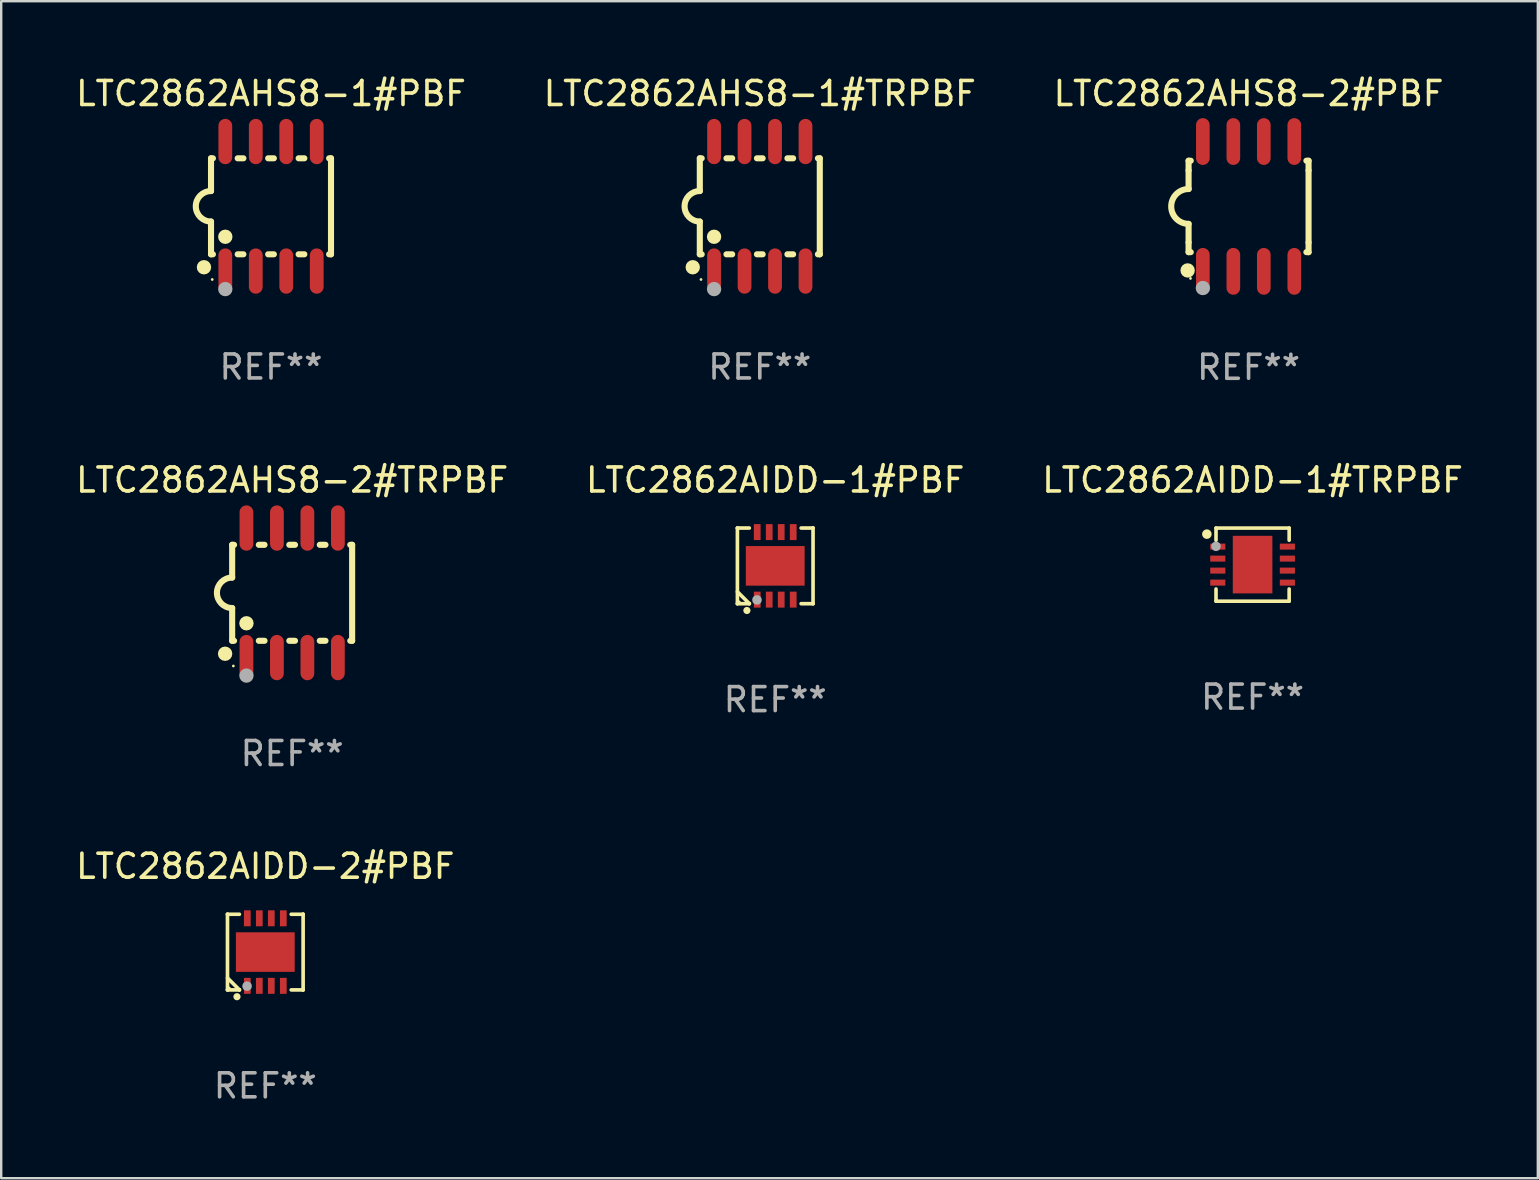
<source format=kicad_pcb>
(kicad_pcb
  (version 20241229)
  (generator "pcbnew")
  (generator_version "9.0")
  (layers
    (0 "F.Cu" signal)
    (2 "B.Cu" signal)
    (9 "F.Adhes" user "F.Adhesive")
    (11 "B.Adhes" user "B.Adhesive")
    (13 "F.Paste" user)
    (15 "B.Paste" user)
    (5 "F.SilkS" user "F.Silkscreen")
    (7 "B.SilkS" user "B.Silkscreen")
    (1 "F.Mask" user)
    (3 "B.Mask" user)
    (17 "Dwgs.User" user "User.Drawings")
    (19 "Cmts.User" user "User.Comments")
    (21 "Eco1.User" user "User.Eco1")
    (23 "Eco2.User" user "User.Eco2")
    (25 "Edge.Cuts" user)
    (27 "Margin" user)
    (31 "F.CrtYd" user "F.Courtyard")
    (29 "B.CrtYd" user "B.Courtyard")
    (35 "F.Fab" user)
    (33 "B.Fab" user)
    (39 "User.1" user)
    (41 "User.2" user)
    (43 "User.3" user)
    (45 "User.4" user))
  (footprint "LTC2862AHS8-2#PBF"
    (layer "F.Cu")
    (at 48.982 5.553)
    (property "Reference" "LTC2862AHS8-2#PBF" (at 0 -4.705 0) (layer "F.SilkS") (effects (font (size 1 1) (thickness 0.15))))
    (attr through_hole)
    (fp_line (start -2.5 -1.905) (end -2.409 -1.905) (stroke (width 0.254) (type solid)) (layer "F.SilkS"))
    (fp_line (start -2.5 -1.5) (end -2.5 -1.905) (stroke (width 0.254) (type solid)) (layer "F.SilkS"))
    (fp_line (start -2.5 -1.5) (end -2.5 -0.726) (stroke (width 0.254) (type solid)) (layer "F.SilkS"))
    (fp_line (start -2.5 1.5) (end -2.5 0.727) (stroke (width 0.254) (type solid)) (layer "F.SilkS"))
    (fp_line (start -2.5 1.5) (end -2.5 1.905) (stroke (width 0.254) (type solid)) (layer "F.SilkS"))
    (fp_line (start -2.5 1.905) (end -2.409 1.905) (stroke (width 0.254) (type solid)) (layer "F.SilkS"))
    (fp_line (start 2.5 -1.905) (end 2.409 -1.905) (stroke (width 0.254) (type solid)) (layer "F.SilkS"))
    (fp_line (start 2.5 -1.5) (end 2.5 -1.905) (stroke (width 0.254) (type solid)) (layer "F.SilkS"))
    (fp_line (start 2.5 -1.5) (end 2.5 1.5) (stroke (width 0.254) (type solid)) (layer "F.SilkS"))
    (fp_line (start 2.5 1.5) (end 2.5 1.905) (stroke (width 0.254) (type solid)) (layer "F.SilkS"))
    (fp_line (start 2.5 1.905) (end 2.409 1.905) (stroke (width 0.254) (type solid)) (layer "F.SilkS"))
    (fp_arc (start -2.5 0.726568) (mid -3.220316 -0.0023) (end -2.495097 -0.726289) (stroke (width 0.254001) (type solid)) (layer "F.SilkS"))
    (fp_circle (center -2.54 2.667) (end -2.39 2.667) (stroke (width 0.3) (type solid)) (fill no) (layer "F.SilkS"))
    (fp_circle (center -2.42 3) (end -2.39 3) (stroke (width 0.06) (type solid)) (fill no) (layer "F.SilkS"))
    (fp_circle (center -1.905 3.4) (end -1.755 3.4) (stroke (width 0.3) (type solid)) (fill no) (layer "F.Fab"))
    (fp_text user "REF**" (at 0 6.705 0) (layer "F.Fab") (effects (font (size 1 1) (thickness 0.15))))
    (pad "1" smd oval (at -1.905 2.705) (size 0.568 1.95) (layers "F.Cu" "F.Mask" "F.Paste"))
    (pad "2" smd oval (at -0.635 2.705) (size 0.568 1.95) (layers "F.Cu" "F.Mask" "F.Paste"))
    (pad "3" smd oval (at 0.635 2.705) (size 0.568 1.95) (layers "F.Cu" "F.Mask" "F.Paste"))
    (pad "4" smd oval (at 1.905 2.705) (size 0.568 1.95) (layers "F.Cu" "F.Mask" "F.Paste"))
    (pad "5" smd oval (at 1.905 -2.705) (size 0.568 1.95) (layers "F.Cu" "F.Mask" "F.Paste"))
    (pad "6" smd oval (at 0.635 -2.705) (size 0.568 1.95) (layers "F.Cu" "F.Mask" "F.Paste"))
    (pad "7" smd oval (at -0.635 -2.705) (size 0.568 1.95) (layers "F.Cu" "F.Mask" "F.Paste"))
    (pad "8" smd oval (at -1.905 -2.705) (size 0.568 1.95) (layers "F.Cu" "F.Mask" "F.Paste")))
  (footprint "LTC2862AHS8-1#PBF"
    (layer "F.Cu")
    (at 8.244 5.547)
    (property "Reference" "LTC2862AHS8-1#PBF" (at 0 -4.699 0) (layer "F.SilkS") (effects (font (size 1 1) (thickness 0.15))))
    (attr through_hole)
    (fp_line (start -2.5 -2) (end -2.5 -0.635) (stroke (width 0.254) (type solid)) (layer "F.SilkS"))
    (fp_line (start -2.5 -2) (end -2.421 -2) (stroke (width 0.254) (type solid)) (layer "F.SilkS"))
    (fp_line (start -2.5 2) (end -2.5 0.635) (stroke (width 0.254) (type solid)) (layer "F.SilkS"))
    (fp_line (start -2.5 2) (end -2.421 2) (stroke (width 0.254) (type solid)) (layer "F.SilkS"))
    (fp_line (start -1.389 -2) (end -1.151 -2) (stroke (width 0.254) (type solid)) (layer "F.SilkS"))
    (fp_line (start -1.389 2) (end -1.151 2) (stroke (width 0.254) (type solid)) (layer "F.SilkS"))
    (fp_line (start -0.119 -2) (end 0.119 -2) (stroke (width 0.254) (type solid)) (layer "F.SilkS"))
    (fp_line (start -0.119 2) (end 0.119 2) (stroke (width 0.254) (type solid)) (layer "F.SilkS"))
    (fp_line (start 1.151 -2) (end 1.389 -2) (stroke (width 0.254) (type solid)) (layer "F.SilkS"))
    (fp_line (start 1.151 2) (end 1.389 2) (stroke (width 0.254) (type solid)) (layer "F.SilkS"))
    (fp_line (start 2.421 -2) (end 2.5 -2) (stroke (width 0.254) (type solid)) (layer "F.SilkS"))
    (fp_line (start 2.421 2) (end 2.5 2) (stroke (width 0.254) (type solid)) (layer "F.SilkS"))
    (fp_line (start 2.5 -2) (end 2.5 2) (stroke (width 0.254) (type solid)) (layer "F.SilkS"))
    (fp_arc (start -2.5 0.635001) (mid -3.134366 -0.000318) (end -2.499365 -0.635001) (stroke (width 0.254001) (type solid)) (layer "F.SilkS"))
    (fp_circle (center -2.794 2.54) (end -2.644 2.54) (stroke (width 0.3) (type solid)) (fill no) (layer "F.SilkS"))
    (fp_circle (center -2.45 3.05) (end -2.42 3.05) (stroke (width 0.06) (type solid)) (fill no) (layer "F.SilkS"))
    (fp_circle (center -1.905 1.27) (end -1.755 1.27) (stroke (width 0.3) (type solid)) (fill no) (layer "F.SilkS"))
    (fp_circle (center -1.905 3.45) (end -1.755 3.45) (stroke (width 0.3) (type solid)) (fill no) (layer "F.Fab"))
    (fp_text user "REF**" (at 0 6.699 0) (layer "F.Fab") (effects (font (size 1 1) (thickness 0.15))))
    (pad "1" smd oval (at -1.905 2.699) (size 0.574 1.888) (layers "F.Cu" "F.Mask" "F.Paste"))
    (pad "2" smd oval (at -0.635 2.699) (size 0.574 1.888) (layers "F.Cu" "F.Mask" "F.Paste"))
    (pad "3" smd oval (at 0.635 2.699) (size 0.574 1.888) (layers "F.Cu" "F.Mask" "F.Paste"))
    (pad "4" smd oval (at 1.905 2.699) (size 0.574 1.888) (layers "F.Cu" "F.Mask" "F.Paste"))
    (pad "5" smd oval (at 1.905 -2.699) (size 0.574 1.888) (layers "F.Cu" "F.Mask" "F.Paste"))
    (pad "6" smd oval (at 0.635 -2.699) (size 0.574 1.888) (layers "F.Cu" "F.Mask" "F.Paste"))
    (pad "7" smd oval (at -0.635 -2.699) (size 0.574 1.888) (layers "F.Cu" "F.Mask" "F.Paste"))
    (pad "8" smd oval (at -1.905 -2.699) (size 0.574 1.888) (layers "F.Cu" "F.Mask" "F.Paste")))
  (footprint "LTC2862AIDD-2#PBF"
    (layer "F.Cu")
    (at 8.006 36.626)
    (property "Reference" "LTC2862AIDD-2#PBF" (at 0 -3.576 0) (layer "F.SilkS") (effects (font (size 1 1) (thickness 0.15))))
    (attr through_hole)
    (fp_line (start -1.576 -1.576) (end -1.576 -1.576) (stroke (width 0.152) (type solid)) (layer "F.SilkS"))
    (fp_line (start -1.576 -1.576) (end -1.08 -1.576) (stroke (width 0.152) (type solid)) (layer "F.SilkS"))
    (fp_line (start -1.576 1.576) (end -1.576 -1.576) (stroke (width 0.152) (type solid)) (layer "F.SilkS"))
    (fp_line (start -1.576 1.576) (end -1.576 1.576) (stroke (width 0.152) (type solid)) (layer "F.SilkS"))
    (fp_line (start -1.08 1.575) (end -1.576 1.079) (stroke (width 0.152) (type solid)) (layer "F.SilkS"))
    (fp_line (start -1.08 1.576) (end -1.576 1.576) (stroke (width 0.152) (type solid)) (layer "F.SilkS"))
    (fp_line (start -1.08 1.576) (end -1.08 1.575) (stroke (width 0.152) (type solid)) (layer "F.SilkS"))
    (fp_line (start 1.08 1.576) (end 1.576 1.576) (stroke (width 0.152) (type solid)) (layer "F.SilkS"))
    (fp_line (start 1.576 -1.576) (end 1.08 -1.576) (stroke (width 0.152) (type solid)) (layer "F.SilkS"))
    (fp_line (start 1.576 -1.576) (end 1.576 -1.576) (stroke (width 0.152) (type solid)) (layer "F.SilkS"))
    (fp_line (start 1.576 1.576) (end 1.576 -1.576) (stroke (width 0.152) (type solid)) (layer "F.SilkS"))
    (fp_line (start 1.576 1.576) (end 1.576 1.576) (stroke (width 0.152) (type solid)) (layer "F.SilkS"))
    (fp_circle (center -1.5 1.5) (end -1.47 1.5) (stroke (width 0.06) (type solid)) (fill no) (layer "F.SilkS"))
    (fp_circle (center -1.18 1.86) (end -1.105 1.86) (stroke (width 0.15) (type solid)) (fill no) (layer "F.SilkS"))
    (fp_circle (center -0.76 1.42) (end -0.66 1.42) (stroke (width 0.2) (type solid)) (fill no) (layer "F.Fab"))
    (fp_text user "REF**" (at 0 5.576 0) (layer "F.Fab") (effects (font (size 1 1) (thickness 0.15))))
    (pad "1" smd rect (at -0.75 1.407) (size 0.28 0.665) (layers "F.Cu" "F.Mask" "F.Paste"))
    (pad "2" smd rect (at -0.25 1.407) (size 0.28 0.665) (layers "F.Cu" "F.Mask" "F.Paste"))
    (pad "3" smd rect (at 0.25 1.407) (size 0.28 0.665) (layers "F.Cu" "F.Mask" "F.Paste"))
    (pad "4" smd rect (at 0.75 1.407) (size 0.28 0.665) (layers "F.Cu" "F.Mask" "F.Paste"))
    (pad "5" smd rect (at 0.75 -1.407) (size 0.28 0.665) (layers "F.Cu" "F.Mask" "F.Paste"))
    (pad "6" smd rect (at 0.25 -1.407) (size 0.28 0.665) (layers "F.Cu" "F.Mask" "F.Paste"))
    (pad "7" smd rect (at -0.25 -1.407) (size 0.28 0.665) (layers "F.Cu" "F.Mask" "F.Paste"))
    (pad "8" smd rect (at -0.75 -1.407) (size 0.28 0.665) (layers "F.Cu" "F.Mask" "F.Paste"))
    (pad "9" smd rect (at 0 0) (size 2.45 1.65) (layers "F.Cu" "F.Mask" "F.Paste")))
  (footprint "LTC2862AHS8-1#TRPBF"
    (layer "F.Cu")
    (at 28.613 5.547)
    (property "Reference" "LTC2862AHS8-1#TRPBF" (at 0 -4.699 0) (layer "F.SilkS") (effects (font (size 1 1) (thickness 0.15))))
    (attr through_hole)
    (fp_line (start -2.5 -2) (end -2.5 -0.635) (stroke (width 0.254) (type solid)) (layer "F.SilkS"))
    (fp_line (start -2.5 -2) (end -2.421 -2) (stroke (width 0.254) (type solid)) (layer "F.SilkS"))
    (fp_line (start -2.5 2) (end -2.5 0.635) (stroke (width 0.254) (type solid)) (layer "F.SilkS"))
    (fp_line (start -2.5 2) (end -2.421 2) (stroke (width 0.254) (type solid)) (layer "F.SilkS"))
    (fp_line (start -1.389 -2) (end -1.151 -2) (stroke (width 0.254) (type solid)) (layer "F.SilkS"))
    (fp_line (start -1.389 2) (end -1.151 2) (stroke (width 0.254) (type solid)) (layer "F.SilkS"))
    (fp_line (start -0.119 -2) (end 0.119 -2) (stroke (width 0.254) (type solid)) (layer "F.SilkS"))
    (fp_line (start -0.119 2) (end 0.119 2) (stroke (width 0.254) (type solid)) (layer "F.SilkS"))
    (fp_line (start 1.151 -2) (end 1.389 -2) (stroke (width 0.254) (type solid)) (layer "F.SilkS"))
    (fp_line (start 1.151 2) (end 1.389 2) (stroke (width 0.254) (type solid)) (layer "F.SilkS"))
    (fp_line (start 2.421 -2) (end 2.5 -2) (stroke (width 0.254) (type solid)) (layer "F.SilkS"))
    (fp_line (start 2.421 2) (end 2.5 2) (stroke (width 0.254) (type solid)) (layer "F.SilkS"))
    (fp_line (start 2.5 -2) (end 2.5 2) (stroke (width 0.254) (type solid)) (layer "F.SilkS"))
    (fp_arc (start -2.5 0.635001) (mid -3.134366 -0.000318) (end -2.499365 -0.635001) (stroke (width 0.254001) (type solid)) (layer "F.SilkS"))
    (fp_circle (center -2.794 2.54) (end -2.644 2.54) (stroke (width 0.3) (type solid)) (fill no) (layer "F.SilkS"))
    (fp_circle (center -2.45 3.05) (end -2.42 3.05) (stroke (width 0.06) (type solid)) (fill no) (layer "F.SilkS"))
    (fp_circle (center -1.905 1.27) (end -1.755 1.27) (stroke (width 0.3) (type solid)) (fill no) (layer "F.SilkS"))
    (fp_circle (center -1.905 3.45) (end -1.755 3.45) (stroke (width 0.3) (type solid)) (fill no) (layer "F.Fab"))
    (fp_text user "REF**" (at 0 6.699 0) (layer "F.Fab") (effects (font (size 1 1) (thickness 0.15))))
    (pad "1" smd oval (at -1.905 2.699) (size 0.574 1.888) (layers "F.Cu" "F.Mask" "F.Paste"))
    (pad "2" smd oval (at -0.635 2.699) (size 0.574 1.888) (layers "F.Cu" "F.Mask" "F.Paste"))
    (pad "3" smd oval (at 0.635 2.699) (size 0.574 1.888) (layers "F.Cu" "F.Mask" "F.Paste"))
    (pad "4" smd oval (at 1.905 2.699) (size 0.574 1.888) (layers "F.Cu" "F.Mask" "F.Paste"))
    (pad "5" smd oval (at 1.905 -2.699) (size 0.574 1.888) (layers "F.Cu" "F.Mask" "F.Paste"))
    (pad "6" smd oval (at 0.635 -2.699) (size 0.574 1.888) (layers "F.Cu" "F.Mask" "F.Paste"))
    (pad "7" smd oval (at -0.635 -2.699) (size 0.574 1.888) (layers "F.Cu" "F.Mask" "F.Paste"))
    (pad "8" smd oval (at -1.905 -2.699) (size 0.574 1.888) (layers "F.Cu" "F.Mask" "F.Paste")))
  (footprint "LTC2862AHS8-2#TRPBF"
    (layer "F.Cu")
    (at 9.125 21.654)
    (property "Reference" "LTC2862AHS8-2#TRPBF" (at 0 -4.699 0) (layer "F.SilkS") (effects (font (size 1 1) (thickness 0.15))))
    (attr through_hole)
    (fp_line (start -2.5 -2) (end -2.5 -0.635) (stroke (width 0.254) (type solid)) (layer "F.SilkS"))
    (fp_line (start -2.5 -2) (end -2.421 -2) (stroke (width 0.254) (type solid)) (layer "F.SilkS"))
    (fp_line (start -2.5 2) (end -2.5 0.635) (stroke (width 0.254) (type solid)) (layer "F.SilkS"))
    (fp_line (start -2.5 2) (end -2.421 2) (stroke (width 0.254) (type solid)) (layer "F.SilkS"))
    (fp_line (start -1.389 -2) (end -1.151 -2) (stroke (width 0.254) (type solid)) (layer "F.SilkS"))
    (fp_line (start -1.389 2) (end -1.151 2) (stroke (width 0.254) (type solid)) (layer "F.SilkS"))
    (fp_line (start -0.119 -2) (end 0.119 -2) (stroke (width 0.254) (type solid)) (layer "F.SilkS"))
    (fp_line (start -0.119 2) (end 0.119 2) (stroke (width 0.254) (type solid)) (layer "F.SilkS"))
    (fp_line (start 1.151 -2) (end 1.389 -2) (stroke (width 0.254) (type solid)) (layer "F.SilkS"))
    (fp_line (start 1.151 2) (end 1.389 2) (stroke (width 0.254) (type solid)) (layer "F.SilkS"))
    (fp_line (start 2.421 -2) (end 2.5 -2) (stroke (width 0.254) (type solid)) (layer "F.SilkS"))
    (fp_line (start 2.421 2) (end 2.5 2) (stroke (width 0.254) (type solid)) (layer "F.SilkS"))
    (fp_line (start 2.5 -2) (end 2.5 2) (stroke (width 0.254) (type solid)) (layer "F.SilkS"))
    (fp_arc (start -2.5 0.635001) (mid -3.134366 -0.000318) (end -2.499365 -0.635001) (stroke (width 0.254001) (type solid)) (layer "F.SilkS"))
    (fp_circle (center -2.794 2.54) (end -2.644 2.54) (stroke (width 0.3) (type solid)) (fill no) (layer "F.SilkS"))
    (fp_circle (center -2.45 3.05) (end -2.42 3.05) (stroke (width 0.06) (type solid)) (fill no) (layer "F.SilkS"))
    (fp_circle (center -1.905 1.27) (end -1.755 1.27) (stroke (width 0.3) (type solid)) (fill no) (layer "F.SilkS"))
    (fp_circle (center -1.905 3.45) (end -1.755 3.45) (stroke (width 0.3) (type solid)) (fill no) (layer "F.Fab"))
    (fp_text user "REF**" (at 0 6.699 0) (layer "F.Fab") (effects (font (size 1 1) (thickness 0.15))))
    (pad "1" smd oval (at -1.905 2.699) (size 0.574 1.888) (layers "F.Cu" "F.Mask" "F.Paste"))
    (pad "2" smd oval (at -0.635 2.699) (size 0.574 1.888) (layers "F.Cu" "F.Mask" "F.Paste"))
    (pad "3" smd oval (at 0.635 2.699) (size 0.574 1.888) (layers "F.Cu" "F.Mask" "F.Paste"))
    (pad "4" smd oval (at 1.905 2.699) (size 0.574 1.888) (layers "F.Cu" "F.Mask" "F.Paste"))
    (pad "5" smd oval (at 1.905 -2.699) (size 0.574 1.888) (layers "F.Cu" "F.Mask" "F.Paste"))
    (pad "6" smd oval (at 0.635 -2.699) (size 0.574 1.888) (layers "F.Cu" "F.Mask" "F.Paste"))
    (pad "7" smd oval (at -0.635 -2.699) (size 0.574 1.888) (layers "F.Cu" "F.Mask" "F.Paste"))
    (pad "8" smd oval (at -1.905 -2.699) (size 0.574 1.888) (layers "F.Cu" "F.Mask" "F.Paste")))
  (footprint "LTC2862AIDD-1#PBF"
    (layer "F.Cu")
    (at 29.256 20.531)
    (property "Reference" "LTC2862AIDD-1#PBF" (at 0 -3.576 0) (layer "F.SilkS") (effects (font (size 1 1) (thickness 0.15))))
    (attr through_hole)
    (fp_line (start -1.576 -1.576) (end -1.576 -1.576) (stroke (width 0.152) (type solid)) (layer "F.SilkS"))
    (fp_line (start -1.576 -1.576) (end -1.08 -1.576) (stroke (width 0.152) (type solid)) (layer "F.SilkS"))
    (fp_line (start -1.576 1.576) (end -1.576 -1.576) (stroke (width 0.152) (type solid)) (layer "F.SilkS"))
    (fp_line (start -1.576 1.576) (end -1.576 1.576) (stroke (width 0.152) (type solid)) (layer "F.SilkS"))
    (fp_line (start -1.08 1.575) (end -1.576 1.079) (stroke (width 0.152) (type solid)) (layer "F.SilkS"))
    (fp_line (start -1.08 1.576) (end -1.576 1.576) (stroke (width 0.152) (type solid)) (layer "F.SilkS"))
    (fp_line (start -1.08 1.576) (end -1.08 1.575) (stroke (width 0.152) (type solid)) (layer "F.SilkS"))
    (fp_line (start 1.08 1.576) (end 1.576 1.576) (stroke (width 0.152) (type solid)) (layer "F.SilkS"))
    (fp_line (start 1.576 -1.576) (end 1.08 -1.576) (stroke (width 0.152) (type solid)) (layer "F.SilkS"))
    (fp_line (start 1.576 -1.576) (end 1.576 -1.576) (stroke (width 0.152) (type solid)) (layer "F.SilkS"))
    (fp_line (start 1.576 1.576) (end 1.576 -1.576) (stroke (width 0.152) (type solid)) (layer "F.SilkS"))
    (fp_line (start 1.576 1.576) (end 1.576 1.576) (stroke (width 0.152) (type solid)) (layer "F.SilkS"))
    (fp_circle (center -1.5 1.5) (end -1.47 1.5) (stroke (width 0.06) (type solid)) (fill no) (layer "F.SilkS"))
    (fp_circle (center -1.18 1.86) (end -1.105 1.86) (stroke (width 0.15) (type solid)) (fill no) (layer "F.SilkS"))
    (fp_circle (center -0.76 1.42) (end -0.66 1.42) (stroke (width 0.2) (type solid)) (fill no) (layer "F.Fab"))
    (fp_text user "REF**" (at 0 5.576 0) (layer "F.Fab") (effects (font (size 1 1) (thickness 0.15))))
    (pad "1" smd rect (at -0.75 1.407) (size 0.28 0.665) (layers "F.Cu" "F.Mask" "F.Paste"))
    (pad "2" smd rect (at -0.25 1.407) (size 0.28 0.665) (layers "F.Cu" "F.Mask" "F.Paste"))
    (pad "3" smd rect (at 0.25 1.407) (size 0.28 0.665) (layers "F.Cu" "F.Mask" "F.Paste"))
    (pad "4" smd rect (at 0.75 1.407) (size 0.28 0.665) (layers "F.Cu" "F.Mask" "F.Paste"))
    (pad "5" smd rect (at 0.75 -1.407) (size 0.28 0.665) (layers "F.Cu" "F.Mask" "F.Paste"))
    (pad "6" smd rect (at 0.25 -1.407) (size 0.28 0.665) (layers "F.Cu" "F.Mask" "F.Paste"))
    (pad "7" smd rect (at -0.25 -1.407) (size 0.28 0.665) (layers "F.Cu" "F.Mask" "F.Paste"))
    (pad "8" smd rect (at -0.75 -1.407) (size 0.28 0.665) (layers "F.Cu" "F.Mask" "F.Paste"))
    (pad "9" smd rect (at 0 0) (size 2.45 1.65) (layers "F.Cu" "F.Mask" "F.Paste")))
  (footprint "LTC2862AIDD-1#TRPBF"
    (layer "F.Cu")
    (at 49.149 20.479)
    (property "Reference" "LTC2862AIDD-1#TRPBF" (at 0 -3.524 0) (layer "F.SilkS") (effects (font (size 1 1) (thickness 0.15))))
    (attr through_hole)
    (fp_line (start -1.524 -1.524) (end 1.524 -1.524) (stroke (width 0.15) (type solid)) (layer "F.SilkS"))
    (fp_line (start -1.524 -1.016) (end -1.524 -1.524) (stroke (width 0.15) (type solid)) (layer "F.SilkS"))
    (fp_line (start -1.524 1.016) (end -1.524 1.524) (stroke (width 0.15) (type solid)) (layer "F.SilkS"))
    (fp_line (start -1.524 1.524) (end 1.524 1.524) (stroke (width 0.15) (type solid)) (layer "F.SilkS"))
    (fp_line (start 1.524 -1.524) (end 1.524 -1.016) (stroke (width 0.15) (type solid)) (layer "F.SilkS"))
    (fp_line (start 1.524 1.524) (end 1.524 1.016) (stroke (width 0.15) (type solid)) (layer "F.SilkS"))
    (fp_circle (center -1.905 -1.27) (end -1.805 -1.27) (stroke (width 0.2) (type solid)) (fill no) (layer "F.SilkS"))
    (fp_circle (center -1.5 -1.5) (end -1.47 -1.5) (stroke (width 0.06) (type solid)) (fill no) (layer "F.SilkS"))
    (fp_circle (center -1.524 -0.762) (end -1.424 -0.762) (stroke (width 0.2) (type solid)) (fill no) (layer "F.Fab"))
    (fp_text user "REF**" (at 0 5.524 0) (layer "F.Fab") (effects (font (size 1 1) (thickness 0.15))))
    (pad "1" smd rect (at -1.45 -0.75) (size 0.63 0.25) (layers "F.Cu" "F.Mask" "F.Paste"))
    (pad "2" smd rect (at -1.45 -0.25) (size 0.63 0.25) (layers "F.Cu" "F.Mask" "F.Paste"))
    (pad "3" smd rect (at -1.45 0.25) (size 0.63 0.25) (layers "F.Cu" "F.Mask" "F.Paste"))
    (pad "4" smd rect (at -1.45 0.75) (size 0.63 0.25) (layers "F.Cu" "F.Mask" "F.Paste"))
    (pad "5" smd rect (at 1.45 0.75) (size 0.63 0.25) (layers "F.Cu" "F.Mask" "F.Paste"))
    (pad "6" smd rect (at 1.45 0.25) (size 0.63 0.25) (layers "F.Cu" "F.Mask" "F.Paste"))
    (pad "7" smd rect (at 1.45 -0.25) (size 0.63 0.25) (layers "F.Cu" "F.Mask" "F.Paste"))
    (pad "8" smd rect (at 1.45 -0.75) (size 0.63 0.25) (layers "F.Cu" "F.Mask" "F.Paste"))
    (pad "9" smd rect (at -0.000025 0.000127) (size 1.65 2.4) (layers "F.Cu" "F.Mask" "F.Paste")))
  (gr_rect
    (start -3 -3)
    (end 61.036 46.05)
    (stroke (width 0.1) (type default))
    (fill no)
    (layer "Edge.Cuts")))
</source>
